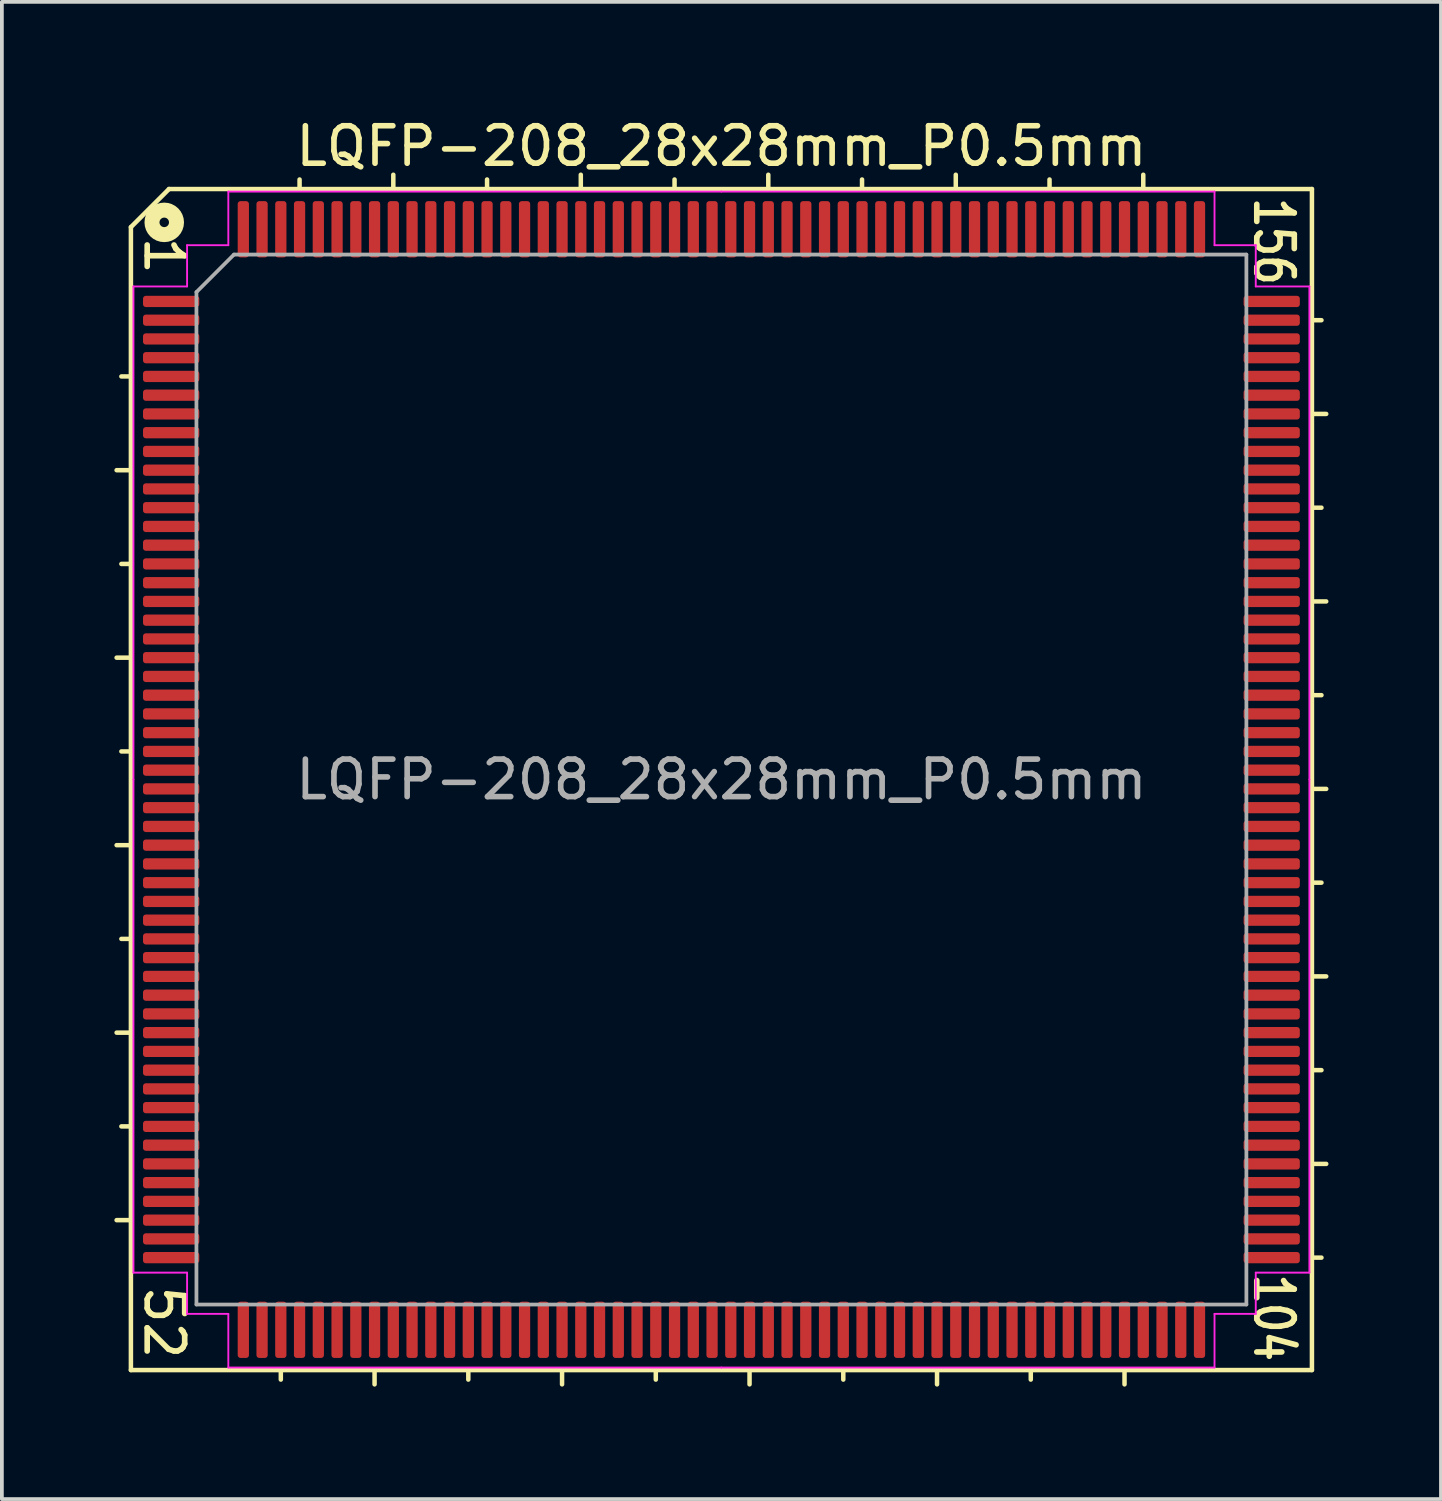
<source format=kicad_pcb>
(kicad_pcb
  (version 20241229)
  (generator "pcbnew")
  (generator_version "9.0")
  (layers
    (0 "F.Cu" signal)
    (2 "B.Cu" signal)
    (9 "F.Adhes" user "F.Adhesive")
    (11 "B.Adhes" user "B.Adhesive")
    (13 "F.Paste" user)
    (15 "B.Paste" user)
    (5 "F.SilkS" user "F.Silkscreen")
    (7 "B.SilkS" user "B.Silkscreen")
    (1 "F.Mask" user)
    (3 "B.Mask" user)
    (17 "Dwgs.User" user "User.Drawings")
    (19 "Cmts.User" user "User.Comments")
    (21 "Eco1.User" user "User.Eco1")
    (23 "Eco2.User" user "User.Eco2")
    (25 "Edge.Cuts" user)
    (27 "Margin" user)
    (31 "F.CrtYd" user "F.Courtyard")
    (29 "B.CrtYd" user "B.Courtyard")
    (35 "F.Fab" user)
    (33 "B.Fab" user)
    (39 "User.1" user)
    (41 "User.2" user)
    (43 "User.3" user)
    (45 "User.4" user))
  (footprint "LQFP-208_28x28mm_P0.5mm"
    (layer "F.Cu")
    (at 16.189 17.739)
    (property "Reference" "LQFP-208_28x28mm_P0.5mm" (at 0 -16.891 0) (layer "F.SilkS") (effects (font (size 1 1) (thickness 0.15))))
    (attr smd)
    (fp_line (start -15.75 -10.75) (end -16.002 -10.75) (stroke (width 0.12) (type solid)) (layer "F.SilkS"))
    (fp_line (start -15.75 -3.25) (end -16.129 -3.25) (stroke (width 0.12) (type solid)) (layer "F.SilkS"))
    (fp_line (start -15.75 -0.75) (end -16.002 -0.75) (stroke (width 0.12) (type solid)) (layer "F.SilkS"))
    (fp_line (start -15.75 1.75) (end -16.129 1.75) (stroke (width 0.12) (type solid)) (layer "F.SilkS"))
    (fp_line (start -15.75 4.25) (end -16.002 4.25) (stroke (width 0.12) (type solid)) (layer "F.SilkS"))
    (fp_line (start -15.75 6.75) (end -16.129 6.75) (stroke (width 0.12) (type solid)) (layer "F.SilkS"))
    (fp_line (start -15.75 9.25) (end -16.002 9.25) (stroke (width 0.12) (type solid)) (layer "F.SilkS"))
    (fp_line (start -15.75 11.75) (end -16.129 11.75) (stroke (width 0.12) (type solid)) (layer "F.SilkS"))
    (fp_line (start -15.748 -14.732) (end -15.748 15.748) (stroke (width 0.12) (type solid)) (layer "F.SilkS"))
    (fp_line (start -15.748 -8.25) (end -16.129 -8.25) (stroke (width 0.12) (type solid)) (layer "F.SilkS"))
    (fp_line (start -15.748 -5.75) (end -16.002 -5.75) (stroke (width 0.12) (type solid)) (layer "F.SilkS"))
    (fp_line (start -15.748 15.748) (end 15.748 15.748) (stroke (width 0.12) (type solid)) (layer "F.SilkS"))
    (fp_line (start -14.732 -15.748) (end -15.748 -14.732) (stroke (width 0.12) (type solid)) (layer "F.SilkS"))
    (fp_line (start -11.75 15.748) (end -11.75 16.002) (stroke (width 0.12) (type solid)) (layer "F.SilkS"))
    (fp_line (start -11.25 -15.75) (end -11.25 -16.002) (stroke (width 0.12) (type solid)) (layer "F.SilkS"))
    (fp_line (start -9.25 15.75) (end -9.25 16.129) (stroke (width 0.12) (type solid)) (layer "F.SilkS"))
    (fp_line (start -8.75 -15.75) (end -8.75 -16.129) (stroke (width 0.12) (type solid)) (layer "F.SilkS"))
    (fp_line (start -6.75 15.75) (end -6.75 16.002) (stroke (width 0.12) (type solid)) (layer "F.SilkS"))
    (fp_line (start -6.25 -15.75) (end -6.25 -16.002) (stroke (width 0.12) (type solid)) (layer "F.SilkS"))
    (fp_line (start -4.25 15.75) (end -4.25 16.129) (stroke (width 0.12) (type solid)) (layer "F.SilkS"))
    (fp_line (start -3.75 -15.75) (end -3.75 -16.129) (stroke (width 0.12) (type solid)) (layer "F.SilkS"))
    (fp_line (start -1.75 15.75) (end -1.75 16.002) (stroke (width 0.12) (type solid)) (layer "F.SilkS"))
    (fp_line (start -1.25 -15.75) (end -1.25 -16.002) (stroke (width 0.12) (type solid)) (layer "F.SilkS"))
    (fp_line (start 0.75 15.75) (end 0.75 16.129) (stroke (width 0.12) (type solid)) (layer "F.SilkS"))
    (fp_line (start 1.25 -15.75) (end 1.25 -16.129) (stroke (width 0.12) (type solid)) (layer "F.SilkS"))
    (fp_line (start 3.25 15.75) (end 3.25 16.002) (stroke (width 0.12) (type solid)) (layer "F.SilkS"))
    (fp_line (start 3.75 -15.75) (end 3.75 -16.002) (stroke (width 0.12) (type solid)) (layer "F.SilkS"))
    (fp_line (start 5.75 15.75) (end 5.75 16.129) (stroke (width 0.12) (type solid)) (layer "F.SilkS"))
    (fp_line (start 6.25 -15.75) (end 6.25 -16.129) (stroke (width 0.12) (type solid)) (layer "F.SilkS"))
    (fp_line (start 8.25 15.75) (end 8.25 16.002) (stroke (width 0.12) (type solid)) (layer "F.SilkS"))
    (fp_line (start 8.75 -15.75) (end 8.75 -16.002) (stroke (width 0.12) (type solid)) (layer "F.SilkS"))
    (fp_line (start 10.75 15.75) (end 10.75 16.129) (stroke (width 0.12) (type solid)) (layer "F.SilkS"))
    (fp_line (start 11.25 -15.75) (end 11.25 -16.129) (stroke (width 0.12) (type solid)) (layer "F.SilkS"))
    (fp_line (start 15.748 -15.748) (end -14.732 -15.748) (stroke (width 0.12) (type solid)) (layer "F.SilkS"))
    (fp_line (start 15.748 15.748) (end 15.748 -15.748) (stroke (width 0.12) (type solid)) (layer "F.SilkS"))
    (fp_line (start 15.75 -12.25) (end 16.002 -12.25) (stroke (width 0.12) (type solid)) (layer "F.SilkS"))
    (fp_line (start 15.75 -9.75) (end 16.129 -9.75) (stroke (width 0.12) (type solid)) (layer "F.SilkS"))
    (fp_line (start 15.75 -7.25) (end 16.002 -7.25) (stroke (width 0.12) (type solid)) (layer "F.SilkS"))
    (fp_line (start 15.75 -4.75) (end 16.129 -4.75) (stroke (width 0.12) (type solid)) (layer "F.SilkS"))
    (fp_line (start 15.75 -2.25) (end 16.002 -2.25) (stroke (width 0.12) (type solid)) (layer "F.SilkS"))
    (fp_line (start 15.75 0.25) (end 16.129 0.25) (stroke (width 0.12) (type solid)) (layer "F.SilkS"))
    (fp_line (start 15.75 2.75) (end 16.002 2.75) (stroke (width 0.12) (type solid)) (layer "F.SilkS"))
    (fp_line (start 15.75 5.25) (end 16.129 5.25) (stroke (width 0.12) (type solid)) (layer "F.SilkS"))
    (fp_line (start 15.75 7.75) (end 16.002 7.75) (stroke (width 0.12) (type solid)) (layer "F.SilkS"))
    (fp_line (start 15.75 10.25) (end 16.129 10.25) (stroke (width 0.12) (type solid)) (layer "F.SilkS"))
    (fp_line (start 16.002 12.75) (end 15.75 12.75) (stroke (width 0.12) (type solid)) (layer "F.SilkS"))
    (fp_circle (center -14.859 -14.859) (end -14.732 -14.859) (stroke (width 0.4) (type solid)) (fill no) (layer "F.SilkS"))
    (fp_line (start -15.68 -13.15) (end -15.68 0) (stroke (width 0.05) (type solid)) (layer "F.CrtYd"))
    (fp_line (start -15.68 13.15) (end -15.68 0) (stroke (width 0.05) (type solid)) (layer "F.CrtYd"))
    (fp_line (start -14.25 -14.25) (end -14.25 -13.15) (stroke (width 0.05) (type solid)) (layer "F.CrtYd"))
    (fp_line (start -14.25 -13.15) (end -15.68 -13.15) (stroke (width 0.05) (type solid)) (layer "F.CrtYd"))
    (fp_line (start -14.25 13.15) (end -15.68 13.15) (stroke (width 0.05) (type solid)) (layer "F.CrtYd"))
    (fp_line (start -14.25 14.25) (end -14.25 13.15) (stroke (width 0.05) (type solid)) (layer "F.CrtYd"))
    (fp_line (start -13.15 -15.68) (end -13.15 -14.25) (stroke (width 0.05) (type solid)) (layer "F.CrtYd"))
    (fp_line (start -13.15 -14.25) (end -14.25 -14.25) (stroke (width 0.05) (type solid)) (layer "F.CrtYd"))
    (fp_line (start -13.15 14.25) (end -14.25 14.25) (stroke (width 0.05) (type solid)) (layer "F.CrtYd"))
    (fp_line (start -13.15 15.68) (end -13.15 14.25) (stroke (width 0.05) (type solid)) (layer "F.CrtYd"))
    (fp_line (start 0 -15.68) (end -13.15 -15.68) (stroke (width 0.05) (type solid)) (layer "F.CrtYd"))
    (fp_line (start 0 -15.68) (end 13.15 -15.68) (stroke (width 0.05) (type solid)) (layer "F.CrtYd"))
    (fp_line (start 0 15.68) (end -13.15 15.68) (stroke (width 0.05) (type solid)) (layer "F.CrtYd"))
    (fp_line (start 0 15.68) (end 13.15 15.68) (stroke (width 0.05) (type solid)) (layer "F.CrtYd"))
    (fp_line (start 13.15 -15.68) (end 13.15 -14.25) (stroke (width 0.05) (type solid)) (layer "F.CrtYd"))
    (fp_line (start 13.15 -14.25) (end 14.25 -14.25) (stroke (width 0.05) (type solid)) (layer "F.CrtYd"))
    (fp_line (start 13.15 14.25) (end 14.25 14.25) (stroke (width 0.05) (type solid)) (layer "F.CrtYd"))
    (fp_line (start 13.15 15.68) (end 13.15 14.25) (stroke (width 0.05) (type solid)) (layer "F.CrtYd"))
    (fp_line (start 14.25 -14.25) (end 14.25 -13.15) (stroke (width 0.05) (type solid)) (layer "F.CrtYd"))
    (fp_line (start 14.25 -13.15) (end 15.68 -13.15) (stroke (width 0.05) (type solid)) (layer "F.CrtYd"))
    (fp_line (start 14.25 13.15) (end 15.68 13.15) (stroke (width 0.05) (type solid)) (layer "F.CrtYd"))
    (fp_line (start 14.25 14.25) (end 14.25 13.15) (stroke (width 0.05) (type solid)) (layer "F.CrtYd"))
    (fp_line (start 15.68 -13.15) (end 15.68 0) (stroke (width 0.05) (type solid)) (layer "F.CrtYd"))
    (fp_line (start 15.68 13.15) (end 15.68 0) (stroke (width 0.05) (type solid)) (layer "F.CrtYd"))
    (fp_line (start -14 -13) (end -13 -14) (stroke (width 0.1) (type solid)) (layer "F.Fab"))
    (fp_line (start -14 14) (end -14 -13) (stroke (width 0.1) (type solid)) (layer "F.Fab"))
    (fp_line (start -13 -14) (end 14 -14) (stroke (width 0.1) (type solid)) (layer "F.Fab"))
    (fp_line (start 14 -14) (end 14 14) (stroke (width 0.1) (type solid)) (layer "F.Fab"))
    (fp_line (start 14 14) (end -14 14) (stroke (width 0.1) (type solid)) (layer "F.Fab"))
    (fp_text user "156" (at 14.732 -14.351 270) (unlocked yes) (layer "F.SilkS") (effects (font (size 1 0.8) (thickness 0.15))))
    (fp_text user "104" (at 14.732 14.351 270) (unlocked yes) (layer "F.SilkS") (effects (font (size 1 0.8) (thickness 0.15))))
    (fp_text user "1" (at -14.859 -13.97 270) (unlocked yes) (layer "F.SilkS") (effects (font (size 1 1) (thickness 0.15))))
    (fp_text user "52" (at -14.859 14.478 270) (unlocked yes) (layer "F.SilkS") (effects (font (size 1 1) (thickness 0.15))))
    (fp_text user "${REFERENCE}" (at 0 0 0) (layer "F.Fab") (effects (font (size 1 1) (thickness 0.15))))
    (pad "1" smd roundrect (at -14.675 -12.75) (size 1.5 0.3) (layers "F.Cu" "F.Mask" "F.Paste") (roundrect_rratio 0.25))
    (pad "2" smd roundrect (at -14.675 -12.25) (size 1.5 0.3) (layers "F.Cu" "F.Mask" "F.Paste") (roundrect_rratio 0.25))
    (pad "3" smd roundrect (at -14.675 -11.75) (size 1.5 0.3) (layers "F.Cu" "F.Mask" "F.Paste") (roundrect_rratio 0.25))
    (pad "4" smd roundrect (at -14.675 -11.25) (size 1.5 0.3) (layers "F.Cu" "F.Mask" "F.Paste") (roundrect_rratio 0.25))
    (pad "5" smd roundrect (at -14.675 -10.75) (size 1.5 0.3) (layers "F.Cu" "F.Mask" "F.Paste") (roundrect_rratio 0.25))
    (pad "6" smd roundrect (at -14.675 -10.25) (size 1.5 0.3) (layers "F.Cu" "F.Mask" "F.Paste") (roundrect_rratio 0.25))
    (pad "7" smd roundrect (at -14.675 -9.75) (size 1.5 0.3) (layers "F.Cu" "F.Mask" "F.Paste") (roundrect_rratio 0.25))
    (pad "8" smd roundrect (at -14.675 -9.25) (size 1.5 0.3) (layers "F.Cu" "F.Mask" "F.Paste") (roundrect_rratio 0.25))
    (pad "9" smd roundrect (at -14.675 -8.75) (size 1.5 0.3) (layers "F.Cu" "F.Mask" "F.Paste") (roundrect_rratio 0.25))
    (pad "10" smd roundrect (at -14.675 -8.25) (size 1.5 0.3) (layers "F.Cu" "F.Mask" "F.Paste") (roundrect_rratio 0.25))
    (pad "11" smd roundrect (at -14.675 -7.75) (size 1.5 0.3) (layers "F.Cu" "F.Mask" "F.Paste") (roundrect_rratio 0.25))
    (pad "12" smd roundrect (at -14.675 -7.25) (size 1.5 0.3) (layers "F.Cu" "F.Mask" "F.Paste") (roundrect_rratio 0.25))
    (pad "13" smd roundrect (at -14.675 -6.75) (size 1.5 0.3) (layers "F.Cu" "F.Mask" "F.Paste") (roundrect_rratio 0.25))
    (pad "14" smd roundrect (at -14.675 -6.25) (size 1.5 0.3) (layers "F.Cu" "F.Mask" "F.Paste") (roundrect_rratio 0.25))
    (pad "15" smd roundrect (at -14.675 -5.75) (size 1.5 0.3) (layers "F.Cu" "F.Mask" "F.Paste") (roundrect_rratio 0.25))
    (pad "16" smd roundrect (at -14.675 -5.25) (size 1.5 0.3) (layers "F.Cu" "F.Mask" "F.Paste") (roundrect_rratio 0.25))
    (pad "17" smd roundrect (at -14.675 -4.75) (size 1.5 0.3) (layers "F.Cu" "F.Mask" "F.Paste") (roundrect_rratio 0.25))
    (pad "18" smd roundrect (at -14.675 -4.25) (size 1.5 0.3) (layers "F.Cu" "F.Mask" "F.Paste") (roundrect_rratio 0.25))
    (pad "19" smd roundrect (at -14.675 -3.75) (size 1.5 0.3) (layers "F.Cu" "F.Mask" "F.Paste") (roundrect_rratio 0.25))
    (pad "20" smd roundrect (at -14.675 -3.25) (size 1.5 0.3) (layers "F.Cu" "F.Mask" "F.Paste") (roundrect_rratio 0.25))
    (pad "21" smd roundrect (at -14.675 -2.75) (size 1.5 0.3) (layers "F.Cu" "F.Mask" "F.Paste") (roundrect_rratio 0.25))
    (pad "22" smd roundrect (at -14.675 -2.25) (size 1.5 0.3) (layers "F.Cu" "F.Mask" "F.Paste") (roundrect_rratio 0.25))
    (pad "23" smd roundrect (at -14.675 -1.75) (size 1.5 0.3) (layers "F.Cu" "F.Mask" "F.Paste") (roundrect_rratio 0.25))
    (pad "24" smd roundrect (at -14.675 -1.25) (size 1.5 0.3) (layers "F.Cu" "F.Mask" "F.Paste") (roundrect_rratio 0.25))
    (pad "25" smd roundrect (at -14.675 -0.75) (size 1.5 0.3) (layers "F.Cu" "F.Mask" "F.Paste") (roundrect_rratio 0.25))
    (pad "26" smd roundrect (at -14.675 -0.25) (size 1.5 0.3) (layers "F.Cu" "F.Mask" "F.Paste") (roundrect_rratio 0.25))
    (pad "27" smd roundrect (at -14.675 0.25) (size 1.5 0.3) (layers "F.Cu" "F.Mask" "F.Paste") (roundrect_rratio 0.25))
    (pad "28" smd roundrect (at -14.675 0.75) (size 1.5 0.3) (layers "F.Cu" "F.Mask" "F.Paste") (roundrect_rratio 0.25))
    (pad "29" smd roundrect (at -14.675 1.25) (size 1.5 0.3) (layers "F.Cu" "F.Mask" "F.Paste") (roundrect_rratio 0.25))
    (pad "30" smd roundrect (at -14.675 1.75) (size 1.5 0.3) (layers "F.Cu" "F.Mask" "F.Paste") (roundrect_rratio 0.25))
    (pad "31" smd roundrect (at -14.675 2.25) (size 1.5 0.3) (layers "F.Cu" "F.Mask" "F.Paste") (roundrect_rratio 0.25))
    (pad "32" smd roundrect (at -14.675 2.75) (size 1.5 0.3) (layers "F.Cu" "F.Mask" "F.Paste") (roundrect_rratio 0.25))
    (pad "33" smd roundrect (at -14.675 3.25) (size 1.5 0.3) (layers "F.Cu" "F.Mask" "F.Paste") (roundrect_rratio 0.25))
    (pad "34" smd roundrect (at -14.675 3.75) (size 1.5 0.3) (layers "F.Cu" "F.Mask" "F.Paste") (roundrect_rratio 0.25))
    (pad "35" smd roundrect (at -14.675 4.25) (size 1.5 0.3) (layers "F.Cu" "F.Mask" "F.Paste") (roundrect_rratio 0.25))
    (pad "36" smd roundrect (at -14.675 4.75) (size 1.5 0.3) (layers "F.Cu" "F.Mask" "F.Paste") (roundrect_rratio 0.25))
    (pad "37" smd roundrect (at -14.675 5.25) (size 1.5 0.3) (layers "F.Cu" "F.Mask" "F.Paste") (roundrect_rratio 0.25))
    (pad "38" smd roundrect (at -14.675 5.75) (size 1.5 0.3) (layers "F.Cu" "F.Mask" "F.Paste") (roundrect_rratio 0.25))
    (pad "39" smd roundrect (at -14.675 6.25) (size 1.5 0.3) (layers "F.Cu" "F.Mask" "F.Paste") (roundrect_rratio 0.25))
    (pad "40" smd roundrect (at -14.675 6.75) (size 1.5 0.3) (layers "F.Cu" "F.Mask" "F.Paste") (roundrect_rratio 0.25))
    (pad "41" smd roundrect (at -14.675 7.25) (size 1.5 0.3) (layers "F.Cu" "F.Mask" "F.Paste") (roundrect_rratio 0.25))
    (pad "42" smd roundrect (at -14.675 7.75) (size 1.5 0.3) (layers "F.Cu" "F.Mask" "F.Paste") (roundrect_rratio 0.25))
    (pad "43" smd roundrect (at -14.675 8.25) (size 1.5 0.3) (layers "F.Cu" "F.Mask" "F.Paste") (roundrect_rratio 0.25))
    (pad "44" smd roundrect (at -14.675 8.75) (size 1.5 0.3) (layers "F.Cu" "F.Mask" "F.Paste") (roundrect_rratio 0.25))
    (pad "45" smd roundrect (at -14.675 9.25) (size 1.5 0.3) (layers "F.Cu" "F.Mask" "F.Paste") (roundrect_rratio 0.25))
    (pad "46" smd roundrect (at -14.675 9.75) (size 1.5 0.3) (layers "F.Cu" "F.Mask" "F.Paste") (roundrect_rratio 0.25))
    (pad "47" smd roundrect (at -14.675 10.25) (size 1.5 0.3) (layers "F.Cu" "F.Mask" "F.Paste") (roundrect_rratio 0.25))
    (pad "48" smd roundrect (at -14.675 10.75) (size 1.5 0.3) (layers "F.Cu" "F.Mask" "F.Paste") (roundrect_rratio 0.25))
    (pad "49" smd roundrect (at -14.675 11.25) (size 1.5 0.3) (layers "F.Cu" "F.Mask" "F.Paste") (roundrect_rratio 0.25))
    (pad "50" smd roundrect (at -14.675 11.75) (size 1.5 0.3) (layers "F.Cu" "F.Mask" "F.Paste") (roundrect_rratio 0.25))
    (pad "51" smd roundrect (at -14.675 12.25) (size 1.5 0.3) (layers "F.Cu" "F.Mask" "F.Paste") (roundrect_rratio 0.25))
    (pad "52" smd roundrect (at -14.675 12.75) (size 1.5 0.3) (layers "F.Cu" "F.Mask" "F.Paste") (roundrect_rratio 0.25))
    (pad "53" smd roundrect (at -12.75 14.675) (size 0.3 1.5) (layers "F.Cu" "F.Mask" "F.Paste") (roundrect_rratio 0.25))
    (pad "54" smd roundrect (at -12.25 14.675) (size 0.3 1.5) (layers "F.Cu" "F.Mask" "F.Paste") (roundrect_rratio 0.25))
    (pad "55" smd roundrect (at -11.75 14.675) (size 0.3 1.5) (layers "F.Cu" "F.Mask" "F.Paste") (roundrect_rratio 0.25))
    (pad "56" smd roundrect (at -11.25 14.675) (size 0.3 1.5) (layers "F.Cu" "F.Mask" "F.Paste") (roundrect_rratio 0.25))
    (pad "57" smd roundrect (at -10.75 14.675) (size 0.3 1.5) (layers "F.Cu" "F.Mask" "F.Paste") (roundrect_rratio 0.25))
    (pad "58" smd roundrect (at -10.25 14.675) (size 0.3 1.5) (layers "F.Cu" "F.Mask" "F.Paste") (roundrect_rratio 0.25))
    (pad "59" smd roundrect (at -9.75 14.675) (size 0.3 1.5) (layers "F.Cu" "F.Mask" "F.Paste") (roundrect_rratio 0.25))
    (pad "60" smd roundrect (at -9.25 14.675) (size 0.3 1.5) (layers "F.Cu" "F.Mask" "F.Paste") (roundrect_rratio 0.25))
    (pad "61" smd roundrect (at -8.75 14.675) (size 0.3 1.5) (layers "F.Cu" "F.Mask" "F.Paste") (roundrect_rratio 0.25))
    (pad "62" smd roundrect (at -8.25 14.675) (size 0.3 1.5) (layers "F.Cu" "F.Mask" "F.Paste") (roundrect_rratio 0.25))
    (pad "63" smd roundrect (at -7.75 14.675) (size 0.3 1.5) (layers "F.Cu" "F.Mask" "F.Paste") (roundrect_rratio 0.25))
    (pad "64" smd roundrect (at -7.25 14.675) (size 0.3 1.5) (layers "F.Cu" "F.Mask" "F.Paste") (roundrect_rratio 0.25))
    (pad "65" smd roundrect (at -6.75 14.675) (size 0.3 1.5) (layers "F.Cu" "F.Mask" "F.Paste") (roundrect_rratio 0.25))
    (pad "66" smd roundrect (at -6.25 14.675) (size 0.3 1.5) (layers "F.Cu" "F.Mask" "F.Paste") (roundrect_rratio 0.25))
    (pad "67" smd roundrect (at -5.75 14.675) (size 0.3 1.5) (layers "F.Cu" "F.Mask" "F.Paste") (roundrect_rratio 0.25))
    (pad "68" smd roundrect (at -5.25 14.675) (size 0.3 1.5) (layers "F.Cu" "F.Mask" "F.Paste") (roundrect_rratio 0.25))
    (pad "69" smd roundrect (at -4.75 14.675) (size 0.3 1.5) (layers "F.Cu" "F.Mask" "F.Paste") (roundrect_rratio 0.25))
    (pad "70" smd roundrect (at -4.25 14.675) (size 0.3 1.5) (layers "F.Cu" "F.Mask" "F.Paste") (roundrect_rratio 0.25))
    (pad "71" smd roundrect (at -3.75 14.675) (size 0.3 1.5) (layers "F.Cu" "F.Mask" "F.Paste") (roundrect_rratio 0.25))
    (pad "72" smd roundrect (at -3.25 14.675) (size 0.3 1.5) (layers "F.Cu" "F.Mask" "F.Paste") (roundrect_rratio 0.25))
    (pad "73" smd roundrect (at -2.75 14.675) (size 0.3 1.5) (layers "F.Cu" "F.Mask" "F.Paste") (roundrect_rratio 0.25))
    (pad "74" smd roundrect (at -2.25 14.675) (size 0.3 1.5) (layers "F.Cu" "F.Mask" "F.Paste") (roundrect_rratio 0.25))
    (pad "75" smd roundrect (at -1.75 14.675) (size 0.3 1.5) (layers "F.Cu" "F.Mask" "F.Paste") (roundrect_rratio 0.25))
    (pad "76" smd roundrect (at -1.25 14.675) (size 0.3 1.5) (layers "F.Cu" "F.Mask" "F.Paste") (roundrect_rratio 0.25))
    (pad "77" smd roundrect (at -0.75 14.675) (size 0.3 1.5) (layers "F.Cu" "F.Mask" "F.Paste") (roundrect_rratio 0.25))
    (pad "78" smd roundrect (at -0.25 14.675) (size 0.3 1.5) (layers "F.Cu" "F.Mask" "F.Paste") (roundrect_rratio 0.25))
    (pad "79" smd roundrect (at 0.25 14.675) (size 0.3 1.5) (layers "F.Cu" "F.Mask" "F.Paste") (roundrect_rratio 0.25))
    (pad "80" smd roundrect (at 0.75 14.675) (size 0.3 1.5) (layers "F.Cu" "F.Mask" "F.Paste") (roundrect_rratio 0.25))
    (pad "81" smd roundrect (at 1.25 14.675) (size 0.3 1.5) (layers "F.Cu" "F.Mask" "F.Paste") (roundrect_rratio 0.25))
    (pad "82" smd roundrect (at 1.75 14.675) (size 0.3 1.5) (layers "F.Cu" "F.Mask" "F.Paste") (roundrect_rratio 0.25))
    (pad "83" smd roundrect (at 2.25 14.675) (size 0.3 1.5) (layers "F.Cu" "F.Mask" "F.Paste") (roundrect_rratio 0.25))
    (pad "84" smd roundrect (at 2.75 14.675) (size 0.3 1.5) (layers "F.Cu" "F.Mask" "F.Paste") (roundrect_rratio 0.25))
    (pad "85" smd roundrect (at 3.25 14.675) (size 0.3 1.5) (layers "F.Cu" "F.Mask" "F.Paste") (roundrect_rratio 0.25))
    (pad "86" smd roundrect (at 3.75 14.675) (size 0.3 1.5) (layers "F.Cu" "F.Mask" "F.Paste") (roundrect_rratio 0.25))
    (pad "87" smd roundrect (at 4.25 14.675) (size 0.3 1.5) (layers "F.Cu" "F.Mask" "F.Paste") (roundrect_rratio 0.25))
    (pad "88" smd roundrect (at 4.75 14.675) (size 0.3 1.5) (layers "F.Cu" "F.Mask" "F.Paste") (roundrect_rratio 0.25))
    (pad "89" smd roundrect (at 5.25 14.675) (size 0.3 1.5) (layers "F.Cu" "F.Mask" "F.Paste") (roundrect_rratio 0.25))
    (pad "90" smd roundrect (at 5.75 14.675) (size 0.3 1.5) (layers "F.Cu" "F.Mask" "F.Paste") (roundrect_rratio 0.25))
    (pad "91" smd roundrect (at 6.25 14.675) (size 0.3 1.5) (layers "F.Cu" "F.Mask" "F.Paste") (roundrect_rratio 0.25))
    (pad "92" smd roundrect (at 6.75 14.675) (size 0.3 1.5) (layers "F.Cu" "F.Mask" "F.Paste") (roundrect_rratio 0.25))
    (pad "93" smd roundrect (at 7.25 14.675) (size 0.3 1.5) (layers "F.Cu" "F.Mask" "F.Paste") (roundrect_rratio 0.25))
    (pad "94" smd roundrect (at 7.75 14.675) (size 0.3 1.5) (layers "F.Cu" "F.Mask" "F.Paste") (roundrect_rratio 0.25))
    (pad "95" smd roundrect (at 8.25 14.675) (size 0.3 1.5) (layers "F.Cu" "F.Mask" "F.Paste") (roundrect_rratio 0.25))
    (pad "96" smd roundrect (at 8.75 14.675) (size 0.3 1.5) (layers "F.Cu" "F.Mask" "F.Paste") (roundrect_rratio 0.25))
    (pad "97" smd roundrect (at 9.25 14.675) (size 0.3 1.5) (layers "F.Cu" "F.Mask" "F.Paste") (roundrect_rratio 0.25))
    (pad "98" smd roundrect (at 9.75 14.675) (size 0.3 1.5) (layers "F.Cu" "F.Mask" "F.Paste") (roundrect_rratio 0.25))
    (pad "99" smd roundrect (at 10.25 14.675) (size 0.3 1.5) (layers "F.Cu" "F.Mask" "F.Paste") (roundrect_rratio 0.25))
    (pad "100" smd roundrect (at 10.75 14.675) (size 0.3 1.5) (layers "F.Cu" "F.Mask" "F.Paste") (roundrect_rratio 0.25))
    (pad "101" smd roundrect (at 11.25 14.675) (size 0.3 1.5) (layers "F.Cu" "F.Mask" "F.Paste") (roundrect_rratio 0.25))
    (pad "102" smd roundrect (at 11.75 14.675) (size 0.3 1.5) (layers "F.Cu" "F.Mask" "F.Paste") (roundrect_rratio 0.25))
    (pad "103" smd roundrect (at 12.25 14.675) (size 0.3 1.5) (layers "F.Cu" "F.Mask" "F.Paste") (roundrect_rratio 0.25))
    (pad "104" smd roundrect (at 12.75 14.675) (size 0.3 1.5) (layers "F.Cu" "F.Mask" "F.Paste") (roundrect_rratio 0.25))
    (pad "105" smd roundrect (at 14.675 12.75) (size 1.5 0.3) (layers "F.Cu" "F.Mask" "F.Paste") (roundrect_rratio 0.25))
    (pad "106" smd roundrect (at 14.675 12.25) (size 1.5 0.3) (layers "F.Cu" "F.Mask" "F.Paste") (roundrect_rratio 0.25))
    (pad "107" smd roundrect (at 14.675 11.75) (size 1.5 0.3) (layers "F.Cu" "F.Mask" "F.Paste") (roundrect_rratio 0.25))
    (pad "108" smd roundrect (at 14.675 11.25) (size 1.5 0.3) (layers "F.Cu" "F.Mask" "F.Paste") (roundrect_rratio 0.25))
    (pad "109" smd roundrect (at 14.675 10.75) (size 1.5 0.3) (layers "F.Cu" "F.Mask" "F.Paste") (roundrect_rratio 0.25))
    (pad "110" smd roundrect (at 14.675 10.25) (size 1.5 0.3) (layers "F.Cu" "F.Mask" "F.Paste") (roundrect_rratio 0.25))
    (pad "111" smd roundrect (at 14.675 9.75) (size 1.5 0.3) (layers "F.Cu" "F.Mask" "F.Paste") (roundrect_rratio 0.25))
    (pad "112" smd roundrect (at 14.675 9.25) (size 1.5 0.3) (layers "F.Cu" "F.Mask" "F.Paste") (roundrect_rratio 0.25))
    (pad "113" smd roundrect (at 14.675 8.75) (size 1.5 0.3) (layers "F.Cu" "F.Mask" "F.Paste") (roundrect_rratio 0.25))
    (pad "114" smd roundrect (at 14.675 8.25) (size 1.5 0.3) (layers "F.Cu" "F.Mask" "F.Paste") (roundrect_rratio 0.25))
    (pad "115" smd roundrect (at 14.675 7.75) (size 1.5 0.3) (layers "F.Cu" "F.Mask" "F.Paste") (roundrect_rratio 0.25))
    (pad "116" smd roundrect (at 14.675 7.25) (size 1.5 0.3) (layers "F.Cu" "F.Mask" "F.Paste") (roundrect_rratio 0.25))
    (pad "117" smd roundrect (at 14.675 6.75) (size 1.5 0.3) (layers "F.Cu" "F.Mask" "F.Paste") (roundrect_rratio 0.25))
    (pad "118" smd roundrect (at 14.675 6.25) (size 1.5 0.3) (layers "F.Cu" "F.Mask" "F.Paste") (roundrect_rratio 0.25))
    (pad "119" smd roundrect (at 14.675 5.75) (size 1.5 0.3) (layers "F.Cu" "F.Mask" "F.Paste") (roundrect_rratio 0.25))
    (pad "120" smd roundrect (at 14.675 5.25) (size 1.5 0.3) (layers "F.Cu" "F.Mask" "F.Paste") (roundrect_rratio 0.25))
    (pad "121" smd roundrect (at 14.675 4.75) (size 1.5 0.3) (layers "F.Cu" "F.Mask" "F.Paste") (roundrect_rratio 0.25))
    (pad "122" smd roundrect (at 14.675 4.25) (size 1.5 0.3) (layers "F.Cu" "F.Mask" "F.Paste") (roundrect_rratio 0.25))
    (pad "123" smd roundrect (at 14.675 3.75) (size 1.5 0.3) (layers "F.Cu" "F.Mask" "F.Paste") (roundrect_rratio 0.25))
    (pad "124" smd roundrect (at 14.675 3.25) (size 1.5 0.3) (layers "F.Cu" "F.Mask" "F.Paste") (roundrect_rratio 0.25))
    (pad "125" smd roundrect (at 14.675 2.75) (size 1.5 0.3) (layers "F.Cu" "F.Mask" "F.Paste") (roundrect_rratio 0.25))
    (pad "126" smd roundrect (at 14.675 2.25) (size 1.5 0.3) (layers "F.Cu" "F.Mask" "F.Paste") (roundrect_rratio 0.25))
    (pad "127" smd roundrect (at 14.675 1.75) (size 1.5 0.3) (layers "F.Cu" "F.Mask" "F.Paste") (roundrect_rratio 0.25))
    (pad "128" smd roundrect (at 14.675 1.25) (size 1.5 0.3) (layers "F.Cu" "F.Mask" "F.Paste") (roundrect_rratio 0.25))
    (pad "129" smd roundrect (at 14.675 0.75) (size 1.5 0.3) (layers "F.Cu" "F.Mask" "F.Paste") (roundrect_rratio 0.25))
    (pad "130" smd roundrect (at 14.675 0.25) (size 1.5 0.3) (layers "F.Cu" "F.Mask" "F.Paste") (roundrect_rratio 0.25))
    (pad "131" smd roundrect (at 14.675 -0.25) (size 1.5 0.3) (layers "F.Cu" "F.Mask" "F.Paste") (roundrect_rratio 0.25))
    (pad "132" smd roundrect (at 14.675 -0.75) (size 1.5 0.3) (layers "F.Cu" "F.Mask" "F.Paste") (roundrect_rratio 0.25))
    (pad "133" smd roundrect (at 14.675 -1.25) (size 1.5 0.3) (layers "F.Cu" "F.Mask" "F.Paste") (roundrect_rratio 0.25))
    (pad "134" smd roundrect (at 14.675 -1.75) (size 1.5 0.3) (layers "F.Cu" "F.Mask" "F.Paste") (roundrect_rratio 0.25))
    (pad "135" smd roundrect (at 14.675 -2.25) (size 1.5 0.3) (layers "F.Cu" "F.Mask" "F.Paste") (roundrect_rratio 0.25))
    (pad "136" smd roundrect (at 14.675 -2.75) (size 1.5 0.3) (layers "F.Cu" "F.Mask" "F.Paste") (roundrect_rratio 0.25))
    (pad "137" smd roundrect (at 14.675 -3.25) (size 1.5 0.3) (layers "F.Cu" "F.Mask" "F.Paste") (roundrect_rratio 0.25))
    (pad "138" smd roundrect (at 14.675 -3.75) (size 1.5 0.3) (layers "F.Cu" "F.Mask" "F.Paste") (roundrect_rratio 0.25))
    (pad "139" smd roundrect (at 14.675 -4.25) (size 1.5 0.3) (layers "F.Cu" "F.Mask" "F.Paste") (roundrect_rratio 0.25))
    (pad "140" smd roundrect (at 14.675 -4.75) (size 1.5 0.3) (layers "F.Cu" "F.Mask" "F.Paste") (roundrect_rratio 0.25))
    (pad "141" smd roundrect (at 14.675 -5.25) (size 1.5 0.3) (layers "F.Cu" "F.Mask" "F.Paste") (roundrect_rratio 0.25))
    (pad "142" smd roundrect (at 14.675 -5.75) (size 1.5 0.3) (layers "F.Cu" "F.Mask" "F.Paste") (roundrect_rratio 0.25))
    (pad "143" smd roundrect (at 14.675 -6.25) (size 1.5 0.3) (layers "F.Cu" "F.Mask" "F.Paste") (roundrect_rratio 0.25))
    (pad "144" smd roundrect (at 14.675 -6.75) (size 1.5 0.3) (layers "F.Cu" "F.Mask" "F.Paste") (roundrect_rratio 0.25))
    (pad "145" smd roundrect (at 14.675 -7.25) (size 1.5 0.3) (layers "F.Cu" "F.Mask" "F.Paste") (roundrect_rratio 0.25))
    (pad "146" smd roundrect (at 14.675 -7.75) (size 1.5 0.3) (layers "F.Cu" "F.Mask" "F.Paste") (roundrect_rratio 0.25))
    (pad "147" smd roundrect (at 14.675 -8.25) (size 1.5 0.3) (layers "F.Cu" "F.Mask" "F.Paste") (roundrect_rratio 0.25))
    (pad "148" smd roundrect (at 14.675 -8.75) (size 1.5 0.3) (layers "F.Cu" "F.Mask" "F.Paste") (roundrect_rratio 0.25))
    (pad "149" smd roundrect (at 14.675 -9.25) (size 1.5 0.3) (layers "F.Cu" "F.Mask" "F.Paste") (roundrect_rratio 0.25))
    (pad "150" smd roundrect (at 14.675 -9.75) (size 1.5 0.3) (layers "F.Cu" "F.Mask" "F.Paste") (roundrect_rratio 0.25))
    (pad "151" smd roundrect (at 14.675 -10.25) (size 1.5 0.3) (layers "F.Cu" "F.Mask" "F.Paste") (roundrect_rratio 0.25))
    (pad "152" smd roundrect (at 14.675 -10.75) (size 1.5 0.3) (layers "F.Cu" "F.Mask" "F.Paste") (roundrect_rratio 0.25))
    (pad "153" smd roundrect (at 14.675 -11.25) (size 1.5 0.3) (layers "F.Cu" "F.Mask" "F.Paste") (roundrect_rratio 0.25))
    (pad "154" smd roundrect (at 14.675 -11.75) (size 1.5 0.3) (layers "F.Cu" "F.Mask" "F.Paste") (roundrect_rratio 0.25))
    (pad "155" smd roundrect (at 14.675 -12.25) (size 1.5 0.3) (layers "F.Cu" "F.Mask" "F.Paste") (roundrect_rratio 0.25))
    (pad "156" smd roundrect (at 14.675 -12.75) (size 1.5 0.3) (layers "F.Cu" "F.Mask" "F.Paste") (roundrect_rratio 0.25))
    (pad "157" smd roundrect (at 12.75 -14.675) (size 0.3 1.5) (layers "F.Cu" "F.Mask" "F.Paste") (roundrect_rratio 0.25))
    (pad "158" smd roundrect (at 12.25 -14.675) (size 0.3 1.5) (layers "F.Cu" "F.Mask" "F.Paste") (roundrect_rratio 0.25))
    (pad "159" smd roundrect (at 11.75 -14.675) (size 0.3 1.5) (layers "F.Cu" "F.Mask" "F.Paste") (roundrect_rratio 0.25))
    (pad "160" smd roundrect (at 11.25 -14.675) (size 0.3 1.5) (layers "F.Cu" "F.Mask" "F.Paste") (roundrect_rratio 0.25))
    (pad "161" smd roundrect (at 10.75 -14.675) (size 0.3 1.5) (layers "F.Cu" "F.Mask" "F.Paste") (roundrect_rratio 0.25))
    (pad "162" smd roundrect (at 10.25 -14.675) (size 0.3 1.5) (layers "F.Cu" "F.Mask" "F.Paste") (roundrect_rratio 0.25))
    (pad "163" smd roundrect (at 9.75 -14.675) (size 0.3 1.5) (layers "F.Cu" "F.Mask" "F.Paste") (roundrect_rratio 0.25))
    (pad "164" smd roundrect (at 9.25 -14.675) (size 0.3 1.5) (layers "F.Cu" "F.Mask" "F.Paste") (roundrect_rratio 0.25))
    (pad "165" smd roundrect (at 8.75 -14.675) (size 0.3 1.5) (layers "F.Cu" "F.Mask" "F.Paste") (roundrect_rratio 0.25))
    (pad "166" smd roundrect (at 8.25 -14.675) (size 0.3 1.5) (layers "F.Cu" "F.Mask" "F.Paste") (roundrect_rratio 0.25))
    (pad "167" smd roundrect (at 7.75 -14.675) (size 0.3 1.5) (layers "F.Cu" "F.Mask" "F.Paste") (roundrect_rratio 0.25))
    (pad "168" smd roundrect (at 7.25 -14.675) (size 0.3 1.5) (layers "F.Cu" "F.Mask" "F.Paste") (roundrect_rratio 0.25))
    (pad "169" smd roundrect (at 6.75 -14.675) (size 0.3 1.5) (layers "F.Cu" "F.Mask" "F.Paste") (roundrect_rratio 0.25))
    (pad "170" smd roundrect (at 6.25 -14.675) (size 0.3 1.5) (layers "F.Cu" "F.Mask" "F.Paste") (roundrect_rratio 0.25))
    (pad "171" smd roundrect (at 5.75 -14.675) (size 0.3 1.5) (layers "F.Cu" "F.Mask" "F.Paste") (roundrect_rratio 0.25))
    (pad "172" smd roundrect (at 5.25 -14.675) (size 0.3 1.5) (layers "F.Cu" "F.Mask" "F.Paste") (roundrect_rratio 0.25))
    (pad "173" smd roundrect (at 4.75 -14.675) (size 0.3 1.5) (layers "F.Cu" "F.Mask" "F.Paste") (roundrect_rratio 0.25))
    (pad "174" smd roundrect (at 4.25 -14.675) (size 0.3 1.5) (layers "F.Cu" "F.Mask" "F.Paste") (roundrect_rratio 0.25))
    (pad "175" smd roundrect (at 3.75 -14.675) (size 0.3 1.5) (layers "F.Cu" "F.Mask" "F.Paste") (roundrect_rratio 0.25))
    (pad "176" smd roundrect (at 3.25 -14.675) (size 0.3 1.5) (layers "F.Cu" "F.Mask" "F.Paste") (roundrect_rratio 0.25))
    (pad "177" smd roundrect (at 2.75 -14.675) (size 0.3 1.5) (layers "F.Cu" "F.Mask" "F.Paste") (roundrect_rratio 0.25))
    (pad "178" smd roundrect (at 2.25 -14.675) (size 0.3 1.5) (layers "F.Cu" "F.Mask" "F.Paste") (roundrect_rratio 0.25))
    (pad "179" smd roundrect (at 1.75 -14.675) (size 0.3 1.5) (layers "F.Cu" "F.Mask" "F.Paste") (roundrect_rratio 0.25))
    (pad "180" smd roundrect (at 1.25 -14.675) (size 0.3 1.5) (layers "F.Cu" "F.Mask" "F.Paste") (roundrect_rratio 0.25))
    (pad "181" smd roundrect (at 0.75 -14.675) (size 0.3 1.5) (layers "F.Cu" "F.Mask" "F.Paste") (roundrect_rratio 0.25))
    (pad "182" smd roundrect (at 0.25 -14.675) (size 0.3 1.5) (layers "F.Cu" "F.Mask" "F.Paste") (roundrect_rratio 0.25))
    (pad "183" smd roundrect (at -0.25 -14.675) (size 0.3 1.5) (layers "F.Cu" "F.Mask" "F.Paste") (roundrect_rratio 0.25))
    (pad "184" smd roundrect (at -0.75 -14.675) (size 0.3 1.5) (layers "F.Cu" "F.Mask" "F.Paste") (roundrect_rratio 0.25))
    (pad "185" smd roundrect (at -1.25 -14.675) (size 0.3 1.5) (layers "F.Cu" "F.Mask" "F.Paste") (roundrect_rratio 0.25))
    (pad "186" smd roundrect (at -1.75 -14.675) (size 0.3 1.5) (layers "F.Cu" "F.Mask" "F.Paste") (roundrect_rratio 0.25))
    (pad "187" smd roundrect (at -2.25 -14.675) (size 0.3 1.5) (layers "F.Cu" "F.Mask" "F.Paste") (roundrect_rratio 0.25))
    (pad "188" smd roundrect (at -2.75 -14.675) (size 0.3 1.5) (layers "F.Cu" "F.Mask" "F.Paste") (roundrect_rratio 0.25))
    (pad "189" smd roundrect (at -3.25 -14.675) (size 0.3 1.5) (layers "F.Cu" "F.Mask" "F.Paste") (roundrect_rratio 0.25))
    (pad "190" smd roundrect (at -3.75 -14.675) (size 0.3 1.5) (layers "F.Cu" "F.Mask" "F.Paste") (roundrect_rratio 0.25))
    (pad "191" smd roundrect (at -4.25 -14.675) (size 0.3 1.5) (layers "F.Cu" "F.Mask" "F.Paste") (roundrect_rratio 0.25))
    (pad "192" smd roundrect (at -4.75 -14.675) (size 0.3 1.5) (layers "F.Cu" "F.Mask" "F.Paste") (roundrect_rratio 0.25))
    (pad "193" smd roundrect (at -5.25 -14.675) (size 0.3 1.5) (layers "F.Cu" "F.Mask" "F.Paste") (roundrect_rratio 0.25))
    (pad "194" smd roundrect (at -5.75 -14.675) (size 0.3 1.5) (layers "F.Cu" "F.Mask" "F.Paste") (roundrect_rratio 0.25))
    (pad "195" smd roundrect (at -6.25 -14.675) (size 0.3 1.5) (layers "F.Cu" "F.Mask" "F.Paste") (roundrect_rratio 0.25))
    (pad "196" smd roundrect (at -6.75 -14.675) (size 0.3 1.5) (layers "F.Cu" "F.Mask" "F.Paste") (roundrect_rratio 0.25))
    (pad "197" smd roundrect (at -7.25 -14.675) (size 0.3 1.5) (layers "F.Cu" "F.Mask" "F.Paste") (roundrect_rratio 0.25))
    (pad "198" smd roundrect (at -7.75 -14.675) (size 0.3 1.5) (layers "F.Cu" "F.Mask" "F.Paste") (roundrect_rratio 0.25))
    (pad "199" smd roundrect (at -8.25 -14.675) (size 0.3 1.5) (layers "F.Cu" "F.Mask" "F.Paste") (roundrect_rratio 0.25))
    (pad "200" smd roundrect (at -8.75 -14.675) (size 0.3 1.5) (layers "F.Cu" "F.Mask" "F.Paste") (roundrect_rratio 0.25))
    (pad "201" smd roundrect (at -9.25 -14.675) (size 0.3 1.5) (layers "F.Cu" "F.Mask" "F.Paste") (roundrect_rratio 0.25))
    (pad "202" smd roundrect (at -9.75 -14.675) (size 0.3 1.5) (layers "F.Cu" "F.Mask" "F.Paste") (roundrect_rratio 0.25))
    (pad "203" smd roundrect (at -10.25 -14.675) (size 0.3 1.5) (layers "F.Cu" "F.Mask" "F.Paste") (roundrect_rratio 0.25))
    (pad "204" smd roundrect (at -10.75 -14.675) (size 0.3 1.5) (layers "F.Cu" "F.Mask" "F.Paste") (roundrect_rratio 0.25))
    (pad "205" smd roundrect (at -11.25 -14.675) (size 0.3 1.5) (layers "F.Cu" "F.Mask" "F.Paste") (roundrect_rratio 0.25))
    (pad "206" smd roundrect (at -11.75 -14.675) (size 0.3 1.5) (layers "F.Cu" "F.Mask" "F.Paste") (roundrect_rratio 0.25))
    (pad "207" smd roundrect (at -12.25 -14.675) (size 0.3 1.5) (layers "F.Cu" "F.Mask" "F.Paste") (roundrect_rratio 0.25))
    (pad "208" smd roundrect (at -12.75 -14.675) (size 0.3 1.5) (layers "F.Cu" "F.Mask" "F.Paste") (roundrect_rratio 0.25)))
  (gr_rect
    (start -3 -3)
    (end 35.378 36.928)
    (stroke (width 0.1) (type default))
    (fill no)
    (layer "Edge.Cuts")))
</source>
